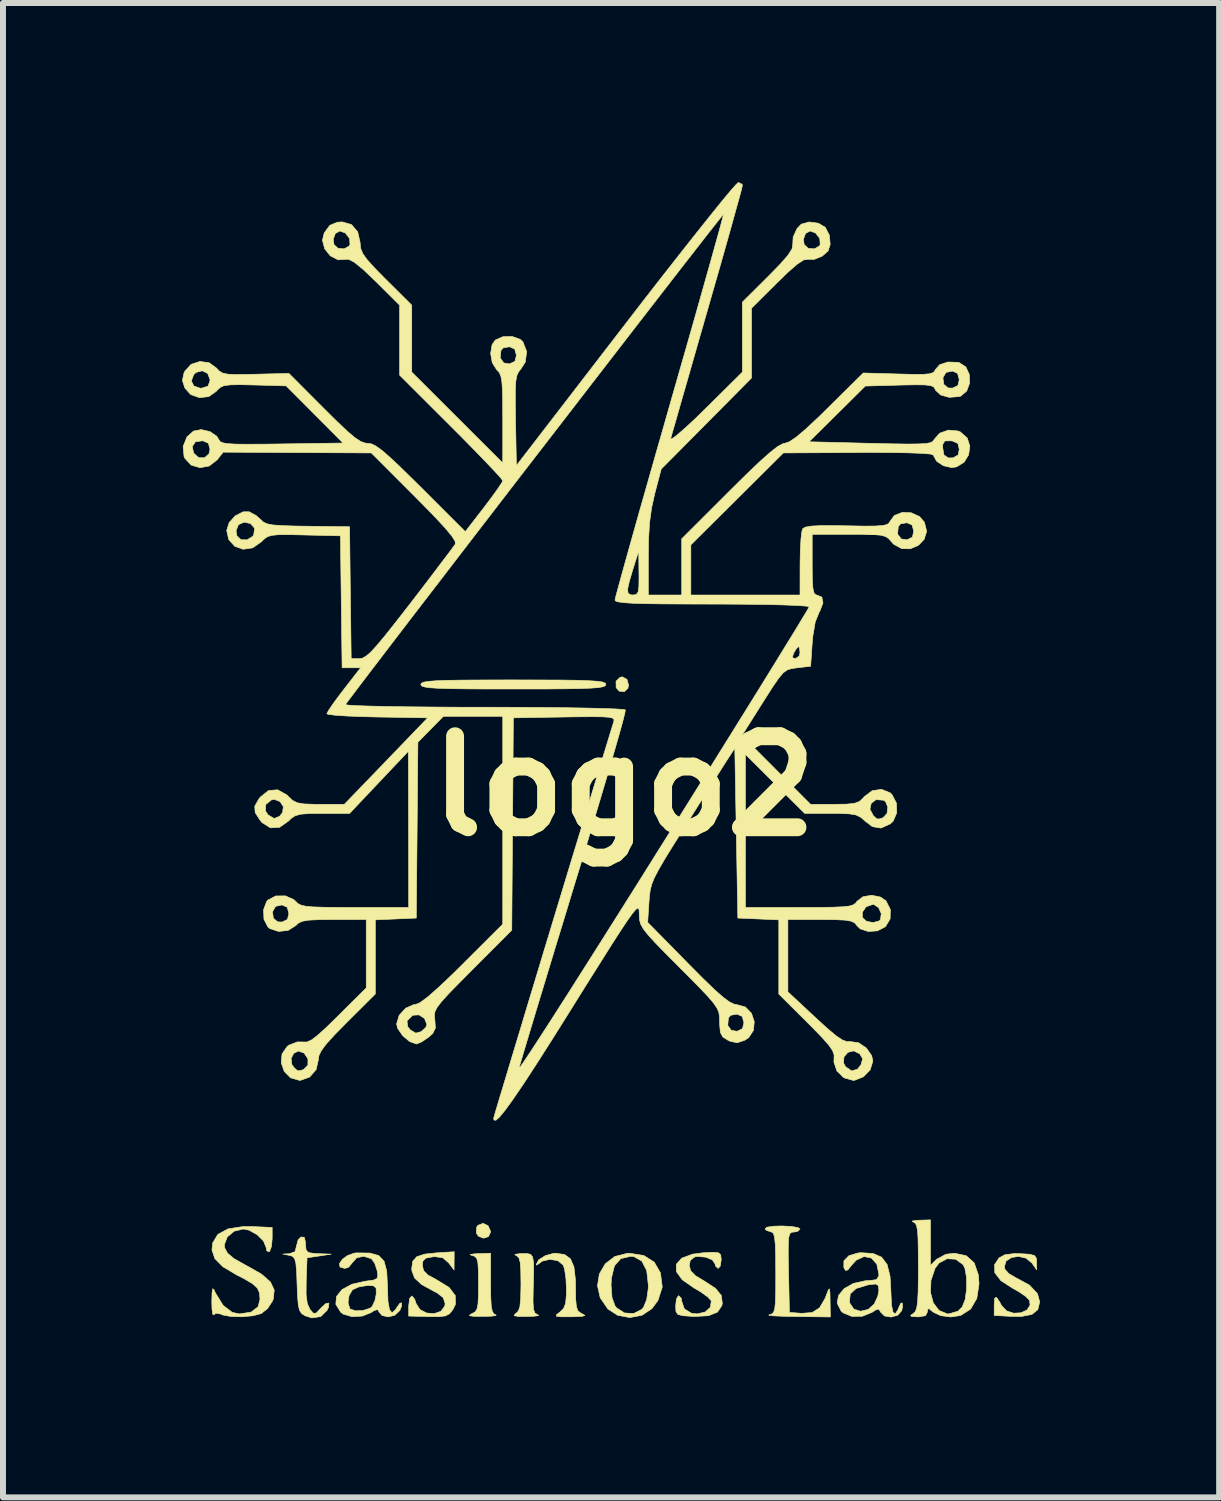
<source format=kicad_pcb>
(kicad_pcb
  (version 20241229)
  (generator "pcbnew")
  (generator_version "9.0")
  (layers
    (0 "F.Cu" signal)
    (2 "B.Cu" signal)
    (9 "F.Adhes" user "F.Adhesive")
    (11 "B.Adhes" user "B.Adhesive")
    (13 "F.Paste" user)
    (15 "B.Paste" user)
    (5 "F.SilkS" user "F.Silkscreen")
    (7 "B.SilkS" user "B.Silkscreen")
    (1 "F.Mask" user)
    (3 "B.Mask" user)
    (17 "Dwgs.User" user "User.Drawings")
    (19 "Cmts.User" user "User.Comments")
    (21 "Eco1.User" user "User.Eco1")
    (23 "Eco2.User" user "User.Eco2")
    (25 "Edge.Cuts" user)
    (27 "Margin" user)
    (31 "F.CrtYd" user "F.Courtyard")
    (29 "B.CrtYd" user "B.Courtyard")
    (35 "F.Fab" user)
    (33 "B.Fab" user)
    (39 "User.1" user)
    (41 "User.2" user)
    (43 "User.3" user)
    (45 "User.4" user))
  (footprint "logo2"
    (layer "F.Cu")
    (at 7.401 10.114)
    (property "Reference" "logo2" (at 0 0 0) (layer "F.SilkS") (effects (font (size 1.524 1.524) (thickness 0.3))))
    (attr through_hole)
    (fp_poly (pts (xy 0.049 -1.787) (xy 0.075 -1.69) (xy 0.064 -1.638) (xy 0.004 -1.581) (xy -0.081 -1.59) (xy -0.133 -1.649) (xy -0.135 -1.756) (xy -0.067 -1.822) (xy -0.028 -1.829) (xy 0.049 -1.787)) (stroke (width 0.01) (type solid)) (fill yes) (layer "F.SilkS"))
    (fp_poly (pts (xy -2.276 7.364) (xy -2.235 7.459) (xy -2.235 7.466) (xy -2.272 7.545) (xy -2.355 7.571) (xy -2.439 7.538) (xy -2.472 7.49) (xy -2.471 7.391) (xy -2.449 7.356) (xy -2.36 7.322) (xy -2.276 7.364)) (stroke (width 0.01) (type solid)) (fill yes) (layer "F.SilkS"))
    (fp_poly (pts (xy -2.235 8.327) (xy -2.233 8.561) (xy -2.224 8.713) (xy -2.206 8.8) (xy -2.175 8.842) (xy -2.146 8.855) (xy -2.144 8.867) (xy -2.226 8.877) (xy -2.362 8.881) (xy -2.522 8.879) (xy -2.59 8.868) (xy -2.573 8.846) (xy -2.553 8.838) (xy -2.498 8.808) (xy -2.464 8.76) (xy -2.446 8.671) (xy -2.439 8.519) (xy -2.438 8.336) (xy -2.44 8.12) (xy -2.448 7.984) (xy -2.467 7.909) (xy -2.503 7.873) (xy -2.553 7.859) (xy -2.579 7.845) (xy -2.516 7.834) (xy -2.451 7.83) (xy -2.235 7.823) (xy -2.235 8.327)) (stroke (width 0.01) (type solid)) (fill yes) (layer "F.SilkS"))
    (fp_poly (pts (xy -1.567 7.841) (xy -1.532 7.885) (xy -1.516 7.978) (xy -1.514 8.135) (xy -1.52 8.373) (xy -1.522 8.441) (xy -1.525 8.641) (xy -1.517 8.761) (xy -1.493 8.824) (xy -1.449 8.852) (xy -1.44 8.854) (xy -1.433 8.868) (xy -1.511 8.878) (xy -1.626 8.883) (xy -1.779 8.881) (xy -1.842 8.868) (xy -1.825 8.84) (xy -1.816 8.835) (xy -1.772 8.793) (xy -1.745 8.717) (xy -1.732 8.584) (xy -1.727 8.374) (xy -1.727 8.332) (xy -1.73 8.113) (xy -1.74 7.975) (xy -1.762 7.898) (xy -1.799 7.864) (xy -1.816 7.858) (xy -1.83 7.843) (xy -1.759 7.831) (xy -1.714 7.829) (xy -1.626 7.828) (xy -1.567 7.841)) (stroke (width 0.01) (type solid)) (fill yes) (layer "F.SilkS"))
    (fp_poly (pts (xy -1.412 -1.777) (xy -1.06 -1.776) (xy -0.79 -1.772) (xy -0.592 -1.765) (xy -0.454 -1.756) (xy -0.367 -1.744) (xy -0.321 -1.727) (xy -0.305 -1.706) (xy -0.305 -1.702) (xy -0.316 -1.68) (xy -0.355 -1.663) (xy -0.433 -1.649) (xy -0.56 -1.64) (xy -0.746 -1.633) (xy -1.001 -1.629) (xy -1.336 -1.626) (xy -1.76 -1.626) (xy -1.854 -1.626) (xy -2.297 -1.626) (xy -2.648 -1.628) (xy -2.918 -1.632) (xy -3.117 -1.638) (xy -3.254 -1.647) (xy -3.341 -1.66) (xy -3.388 -1.676) (xy -3.403 -1.697) (xy -3.404 -1.702) (xy -3.393 -1.724) (xy -3.353 -1.741) (xy -3.275 -1.754) (xy -3.148 -1.764) (xy -2.962 -1.771) (xy -2.707 -1.775) (xy -2.372 -1.777) (xy -1.948 -1.778) (xy -1.854 -1.778) (xy -1.412 -1.777)) (stroke (width 0.01) (type solid)) (fill yes) (layer "F.SilkS"))
    (fp_poly (pts (xy -0.998 7.844) (xy -0.899 7.915) (xy -0.84 8.05) (xy -0.815 8.264) (xy -0.813 8.4) (xy -0.81 8.6) (xy -0.798 8.722) (xy -0.771 8.79) (xy -0.722 8.827) (xy -0.699 8.838) (xy -0.656 8.863) (xy -0.694 8.878) (xy -0.821 8.886) (xy -0.888 8.887) (xy -1.052 8.887) (xy -1.13 8.879) (xy -1.136 8.856) (xy -1.083 8.814) (xy -1.078 8.811) (xy -1.013 8.749) (xy -0.979 8.66) (xy -0.966 8.514) (xy -0.965 8.427) (xy -0.974 8.245) (xy -0.996 8.092) (xy -1.018 8.023) (xy -1.107 7.949) (xy -1.241 7.925) (xy -1.37 7.955) (xy -1.412 7.986) (xy -1.464 8.022) (xy -1.473 8.015) (xy -1.429 7.933) (xy -1.319 7.863) (xy -1.182 7.825) (xy -1.147 7.823) (xy -0.998 7.844)) (stroke (width 0.01) (type solid)) (fill yes) (layer "F.SilkS"))
    (fp_poly (pts (xy 0.331 7.861) (xy 0.506 7.973) (xy 0.609 8.152) (xy 0.639 8.389) (xy 0.568 8.612) (xy 0.467 8.75) (xy 0.299 8.862) (xy 0.096 8.9) (xy -0.108 8.862) (xy -0.271 8.757) (xy -0.4 8.569) (xy -0.445 8.367) (xy -0.444 8.357) (xy -0.218 8.357) (xy -0.202 8.568) (xy -0.151 8.706) (xy -0.126 8.738) (xy 0.007 8.823) (xy 0.16 8.832) (xy 0.293 8.765) (xy 0.327 8.726) (xy 0.379 8.597) (xy 0.405 8.413) (xy 0.406 8.357) (xy 0.379 8.115) (xy 0.298 7.955) (xy 0.166 7.88) (xy 0.107 7.874) (xy -0.056 7.914) (xy -0.162 8.034) (xy -0.212 8.238) (xy -0.218 8.357) (xy -0.444 8.357) (xy -0.414 8.17) (xy -0.315 8) (xy -0.156 7.878) (xy 0.054 7.824) (xy 0.088 7.823) (xy 0.331 7.861)) (stroke (width 0.01) (type solid)) (fill yes) (layer "F.SilkS"))
    (fp_poly (pts (xy -5.355 7.555) (xy -5.335 7.639) (xy -5.334 7.672) (xy -5.326 7.767) (xy -5.284 7.812) (xy -5.178 7.828) (xy -5.118 7.83) (xy -4.902 7.838) (xy -5.105 7.869) (xy -5.309 7.899) (xy -5.323 8.281) (xy -5.325 8.51) (xy -5.306 8.661) (xy -5.264 8.757) (xy -5.26 8.763) (xy -5.202 8.829) (xy -5.155 8.825) (xy -5.083 8.748) (xy -5.079 8.743) (xy -4.991 8.662) (xy -4.943 8.659) (xy -4.95 8.729) (xy -4.973 8.778) (xy -5.079 8.883) (xy -5.228 8.906) (xy -5.342 8.87) (xy -5.399 8.834) (xy -5.435 8.78) (xy -5.456 8.686) (xy -5.469 8.529) (xy -5.476 8.346) (xy -5.484 8.126) (xy -5.497 7.987) (xy -5.519 7.91) (xy -5.555 7.873) (xy -5.603 7.859) (xy -5.715 7.837) (xy -5.601 7.83) (xy -5.51 7.796) (xy -5.486 7.702) (xy -5.458 7.596) (xy -5.41 7.551) (xy -5.355 7.555)) (stroke (width 0.01) (type solid)) (fill yes) (layer "F.SilkS"))
    (fp_poly (pts (xy -2.847 8.103) (xy -2.938 7.984) (xy -3.035 7.899) (xy -3.167 7.88) (xy -3.204 7.883) (xy -3.323 7.906) (xy -3.372 7.96) (xy -3.378 8.026) (xy -3.358 8.114) (xy -3.285 8.188) (xy -3.135 8.269) (xy -3.135 8.27) (xy -2.93 8.396) (xy -2.827 8.531) (xy -2.823 8.676) (xy -2.865 8.763) (xy -2.921 8.834) (xy -2.99 8.872) (xy -3.101 8.886) (xy -3.279 8.884) (xy -3.607 8.875) (xy -3.607 8.705) (xy -3.591 8.578) (xy -3.553 8.538) (xy -3.507 8.591) (xy -3.485 8.661) (xy -3.419 8.766) (xy -3.307 8.824) (xy -3.179 8.834) (xy -3.068 8.795) (xy -3.003 8.709) (xy -2.997 8.664) (xy -3.029 8.566) (xy -3.137 8.483) (xy -3.188 8.458) (xy -3.391 8.347) (xy -3.508 8.238) (xy -3.554 8.115) (xy -3.556 8.076) (xy -3.538 7.956) (xy -3.471 7.88) (xy -3.337 7.837) (xy -3.137 7.816) (xy -2.845 7.798) (xy -2.847 8.103)) (stroke (width 0.01) (type solid)) (fill yes) (layer "F.SilkS"))
    (fp_poly (pts (xy 6.635 7.83) (xy 6.793 7.84) (xy 6.875 7.862) (xy 6.905 7.909) (xy 6.909 7.97) (xy 6.909 8.1) (xy 6.83 7.987) (xy 6.73 7.905) (xy 6.606 7.876) (xy 6.486 7.895) (xy 6.397 7.954) (xy 6.368 8.048) (xy 6.378 8.092) (xy 6.443 8.165) (xy 6.558 8.232) (xy 6.559 8.232) (xy 6.789 8.357) (xy 6.923 8.501) (xy 6.96 8.638) (xy 6.928 8.768) (xy 6.829 8.848) (xy 6.651 8.882) (xy 6.475 8.88) (xy 6.198 8.865) (xy 6.198 8.691) (xy 6.206 8.578) (xy 6.235 8.56) (xy 6.289 8.638) (xy 6.321 8.699) (xy 6.405 8.788) (xy 6.522 8.827) (xy 6.646 8.82) (xy 6.748 8.773) (xy 6.799 8.69) (xy 6.79 8.613) (xy 6.731 8.55) (xy 6.61 8.467) (xy 6.511 8.412) (xy 6.31 8.282) (xy 6.208 8.149) (xy 6.204 8.014) (xy 6.28 7.901) (xy 6.379 7.847) (xy 6.543 7.828) (xy 6.635 7.83)) (stroke (width 0.01) (type solid)) (fill yes) (layer "F.SilkS"))
    (fp_poly (pts (xy 2.802 7.374) (xy 2.913 7.394) (xy 2.946 7.417) (xy 2.904 7.458) (xy 2.843 7.468) (xy 2.802 7.472) (xy 2.774 7.498) (xy 2.757 7.559) (xy 2.75 7.673) (xy 2.749 7.855) (xy 2.754 8.122) (xy 2.754 8.141) (xy 2.769 8.814) (xy 2.974 8.829) (xy 3.149 8.816) (xy 3.273 8.738) (xy 3.366 8.579) (xy 3.393 8.509) (xy 3.424 8.429) (xy 3.44 8.421) (xy 3.448 8.496) (xy 3.45 8.623) (xy 3.454 8.89) (xy 2.883 8.883) (xy 2.669 8.879) (xy 2.512 8.872) (xy 2.426 8.863) (xy 2.426 8.854) (xy 2.472 8.841) (xy 2.503 8.813) (xy 2.523 8.753) (xy 2.534 8.644) (xy 2.539 8.469) (xy 2.54 8.213) (xy 2.54 8.15) (xy 2.538 7.868) (xy 2.532 7.673) (xy 2.519 7.551) (xy 2.499 7.487) (xy 2.47 7.468) (xy 2.467 7.468) (xy 2.38 7.437) (xy 2.362 7.417) (xy 2.389 7.387) (xy 2.507 7.37) (xy 2.639 7.366) (xy 2.802 7.374)) (stroke (width 0.01) (type solid)) (fill yes) (layer "F.SilkS"))
    (fp_poly (pts (xy 1.582 7.816) (xy 1.618 7.85) (xy 1.626 7.92) (xy 1.626 7.938) (xy 1.61 8.039) (xy 1.575 8.077) (xy 1.53 8.036) (xy 1.524 8.002) (xy 1.479 7.935) (xy 1.37 7.889) (xy 1.233 7.877) (xy 1.185 7.883) (xy 1.108 7.943) (xy 1.092 8.027) (xy 1.114 8.115) (xy 1.191 8.196) (xy 1.344 8.289) (xy 1.344 8.289) (xy 1.531 8.411) (xy 1.628 8.53) (xy 1.645 8.661) (xy 1.637 8.7) (xy 1.564 8.809) (xy 1.414 8.869) (xy 1.179 8.882) (xy 1.141 8.88) (xy 0.982 8.869) (xy 0.9 8.847) (xy 0.868 8.797) (xy 0.864 8.704) (xy 0.864 8.7) (xy 0.877 8.587) (xy 0.91 8.535) (xy 0.914 8.534) (xy 0.957 8.576) (xy 0.965 8.626) (xy 1.009 8.755) (xy 1.128 8.828) (xy 1.223 8.839) (xy 1.358 8.807) (xy 1.445 8.728) (xy 1.46 8.627) (xy 1.457 8.616) (xy 1.4 8.554) (xy 1.281 8.469) (xy 1.171 8.404) (xy 0.974 8.267) (xy 0.876 8.131) (xy 0.874 8.008) (xy 0.965 7.906) (xy 1.146 7.838) (xy 1.325 7.815) (xy 1.492 7.807) (xy 1.582 7.816)) (stroke (width 0.01) (type solid)) (fill yes) (layer "F.SilkS"))
    (fp_poly (pts (xy -6.221 7.376) (xy -5.893 7.391) (xy -5.893 7.579) (xy -5.905 7.71) (xy -5.936 7.791) (xy -5.944 7.798) (xy -5.984 7.783) (xy -5.994 7.728) (xy -6.038 7.619) (xy -6.144 7.513) (xy -6.279 7.437) (xy -6.377 7.417) (xy -6.53 7.454) (xy -6.644 7.549) (xy -6.693 7.676) (xy -6.688 7.734) (xy -6.641 7.822) (xy -6.536 7.911) (xy -6.354 8.014) (xy -6.314 8.035) (xy -6.071 8.173) (xy -5.922 8.304) (xy -5.859 8.439) (xy -5.874 8.588) (xy -5.887 8.622) (xy -5.971 8.75) (xy -6.076 8.833) (xy -6.215 8.87) (xy -6.397 8.887) (xy -6.579 8.883) (xy -6.72 8.857) (xy -6.755 8.841) (xy -6.839 8.826) (xy -6.869 8.855) (xy -6.889 8.843) (xy -6.901 8.752) (xy -6.904 8.636) (xy -6.9 8.482) (xy -6.891 8.418) (xy -6.87 8.431) (xy -6.841 8.492) (xy -6.714 8.697) (xy -6.561 8.814) (xy -6.44 8.839) (xy -6.246 8.809) (xy -6.13 8.721) (xy -6.097 8.596) (xy -6.105 8.487) (xy -6.142 8.405) (xy -6.225 8.331) (xy -6.372 8.245) (xy -6.492 8.184) (xy -6.718 8.049) (xy -6.852 7.914) (xy -6.902 7.768) (xy -6.889 7.65) (xy -6.803 7.507) (xy -6.633 7.415) (xy -6.381 7.376) (xy -6.221 7.376)) (stroke (width 0.01) (type solid)) (fill yes) (layer "F.SilkS"))
    (fp_poly (pts (xy 5.131 8.026) (xy 5.232 7.925) (xy 5.388 7.84) (xy 5.534 7.823) (xy 5.729 7.864) (xy 5.863 7.984) (xy 5.932 8.182) (xy 5.944 8.334) (xy 5.907 8.579) (xy 5.802 8.759) (xy 5.636 8.865) (xy 5.473 8.89) (xy 5.302 8.868) (xy 5.177 8.809) (xy 5.173 8.806) (xy 5.104 8.75) (xy 5.082 8.765) (xy 5.08 8.806) (xy 5.048 8.868) (xy 4.941 8.888) (xy 4.915 8.888) (xy 4.812 8.883) (xy 4.799 8.862) (xy 4.839 8.835) (xy 4.874 8.804) (xy 4.899 8.747) (xy 4.914 8.649) (xy 4.923 8.493) (xy 4.924 8.479) (xy 5.131 8.479) (xy 5.178 8.654) (xy 5.274 8.781) (xy 5.411 8.838) (xy 5.436 8.839) (xy 5.591 8.794) (xy 5.661 8.726) (xy 5.712 8.598) (xy 5.736 8.419) (xy 5.735 8.231) (xy 5.707 8.074) (xy 5.677 8.014) (xy 5.553 7.923) (xy 5.408 7.915) (xy 5.275 7.986) (xy 5.208 8.075) (xy 5.139 8.278) (xy 5.131 8.479) (xy 4.924 8.479) (xy 4.927 8.262) (xy 4.928 8.053) (xy 4.926 7.764) (xy 4.922 7.562) (xy 4.912 7.43) (xy 4.895 7.352) (xy 4.868 7.313) (xy 4.839 7.299) (xy 4.825 7.284) (xy 4.896 7.272) (xy 4.94 7.27) (xy 5.131 7.264) (xy 5.131 8.026)) (stroke (width 0.01) (type solid)) (fill yes) (layer "F.SilkS"))
    (fp_poly (pts (xy 4.169 7.827) (xy 4.312 7.888) (xy 4.405 8.012) (xy 4.454 8.209) (xy 4.47 8.492) (xy 4.47 8.517) (xy 4.48 8.703) (xy 4.505 8.812) (xy 4.542 8.838) (xy 4.585 8.772) (xy 4.599 8.734) (xy 4.634 8.661) (xy 4.657 8.654) (xy 4.664 8.716) (xy 4.649 8.785) (xy 4.582 8.861) (xy 4.471 8.892) (xy 4.361 8.873) (xy 4.298 8.811) (xy 4.267 8.76) (xy 4.213 8.772) (xy 4.155 8.811) (xy 3.991 8.878) (xy 3.814 8.881) (xy 3.665 8.819) (xy 3.634 8.79) (xy 3.569 8.66) (xy 3.573 8.635) (xy 3.774 8.635) (xy 3.779 8.657) (xy 3.847 8.758) (xy 3.96 8.794) (xy 4.087 8.764) (xy 4.188 8.675) (xy 4.249 8.543) (xy 4.267 8.441) (xy 4.258 8.364) (xy 4.212 8.338) (xy 4.1 8.35) (xy 4.077 8.355) (xy 3.886 8.413) (xy 3.787 8.504) (xy 3.774 8.635) (xy 3.573 8.635) (xy 3.591 8.53) (xy 3.686 8.415) (xy 3.842 8.327) (xy 4.044 8.283) (xy 4.113 8.28) (xy 4.225 8.265) (xy 4.265 8.207) (xy 4.267 8.175) (xy 4.232 8.005) (xy 4.142 7.903) (xy 4.02 7.878) (xy 3.888 7.938) (xy 3.818 8.014) (xy 3.747 8.102) (xy 3.708 8.112) (xy 3.68 8.061) (xy 3.681 7.949) (xy 3.766 7.863) (xy 3.92 7.818) (xy 3.965 7.814) (xy 4.169 7.827)) (stroke (width 0.01) (type solid)) (fill yes) (layer "F.SilkS"))
    (fp_poly (pts (xy -4.257 7.82) (xy -4.108 7.862) (xy -4.019 7.957) (xy -3.975 8.122) (xy -3.962 8.371) (xy -3.962 8.387) (xy -3.954 8.626) (xy -3.928 8.771) (xy -3.886 8.819) (xy -3.828 8.768) (xy -3.808 8.735) (xy -3.756 8.662) (xy -3.726 8.653) (xy -3.727 8.711) (xy -3.757 8.784) (xy -3.84 8.861) (xy -3.953 8.889) (xy -4.055 8.864) (xy -4.096 8.815) (xy -4.128 8.766) (xy -4.186 8.783) (xy -4.233 8.815) (xy -4.383 8.875) (xy -4.555 8.885) (xy -4.703 8.842) (xy -4.746 8.81) (xy -4.827 8.678) (xy -4.825 8.652) (xy -4.623 8.652) (xy -4.593 8.75) (xy -4.589 8.755) (xy -4.499 8.787) (xy -4.37 8.781) (xy -4.255 8.744) (xy -4.22 8.717) (xy -4.172 8.614) (xy -4.15 8.501) (xy -4.153 8.403) (xy -4.202 8.366) (xy -4.307 8.364) (xy -4.446 8.388) (xy -4.548 8.434) (xy -4.605 8.529) (xy -4.623 8.652) (xy -4.825 8.652) (xy -4.816 8.547) (xy -4.723 8.431) (xy -4.558 8.342) (xy -4.338 8.292) (xy -4.197 8.273) (xy -4.133 8.242) (xy -4.124 8.179) (xy -4.136 8.111) (xy -4.177 7.988) (xy -4.23 7.915) (xy -4.358 7.874) (xy -4.477 7.898) (xy -4.547 7.976) (xy -4.614 8.058) (xy -4.677 8.077) (xy -4.757 8.054) (xy -4.767 7.997) (xy -4.719 7.926) (xy -4.631 7.861) (xy -4.517 7.821) (xy -4.479 7.817) (xy -4.257 7.82)) (stroke (width 0.01) (type solid)) (fill yes) (layer "F.SilkS"))
    (fp_poly (pts (xy 1.976 -10.078) (xy 1.981 -10.057) (xy 1.968 -9.999) (xy 1.929 -9.853) (xy 1.867 -9.631) (xy 1.787 -9.342) (xy 1.69 -8.997) (xy 1.579 -8.607) (xy 1.457 -8.183) (xy 1.394 -7.962) (xy 1.267 -7.521) (xy 1.149 -7.108) (xy 1.042 -6.734) (xy 0.948 -6.409) (xy 0.873 -6.144) (xy 0.817 -5.95) (xy 0.785 -5.838) (xy 0.779 -5.817) (xy 0.804 -5.817) (xy 0.889 -5.88) (xy 1.023 -5.997) (xy 1.197 -6.158) (xy 1.367 -6.324) (xy 1.981 -6.933) (xy 1.981 -8.105) (xy 2.415 -8.536) (xy 2.615 -8.741) (xy 2.745 -8.89) (xy 2.812 -8.995) (xy 2.824 -9.063) (xy 2.824 -9.063) (xy 2.829 -9.155) (xy 3.003 -9.155) (xy 3.016 -9.068) (xy 3.084 -9.005) (xy 3.186 -8.997) (xy 3.27 -9.044) (xy 3.284 -9.068) (xy 3.277 -9.171) (xy 3.207 -9.262) (xy 3.116 -9.296) (xy 3.038 -9.254) (xy 3.003 -9.155) (xy 2.829 -9.155) (xy 2.832 -9.197) (xy 2.896 -9.336) (xy 2.967 -9.41) (xy 3.1 -9.447) (xy 3.254 -9.426) (xy 3.37 -9.356) (xy 3.438 -9.224) (xy 3.451 -9.069) (xy 3.416 -8.961) (xy 3.317 -8.874) (xy 3.186 -8.821) (xy 3.073 -8.821) (xy 3.007 -8.811) (xy 2.9 -8.741) (xy 2.742 -8.604) (xy 2.561 -8.428) (xy 2.134 -8.003) (xy 2.134 -6.834) (xy 0.622 -5.309) (xy 0.514 -4.899) (xy 0.461 -4.661) (xy 0.427 -4.417) (xy 0.41 -4.134) (xy 0.406 -3.845) (xy 0.406 -3.2) (xy 0.965 -3.2) (xy 0.965 -4.141) (xy 1.766 -4.941) (xy 2.052 -5.224) (xy 2.277 -5.438) (xy 2.448 -5.59) (xy 2.558 -5.676) (xy 5.334 -5.676) (xy 5.356 -5.546) (xy 5.43 -5.495) (xy 5.51 -5.497) (xy 5.594 -5.545) (xy 5.613 -5.639) (xy 5.591 -5.737) (xy 5.505 -5.777) (xy 5.474 -5.782) (xy 5.372 -5.78) (xy 5.337 -5.724) (xy 5.334 -5.676) (xy 2.558 -5.676) (xy 2.572 -5.686) (xy 2.656 -5.733) (xy 2.69 -5.74) (xy 2.766 -5.765) (xy 2.881 -5.842) (xy 3.042 -5.978) (xy 3.258 -6.18) (xy 3.41 -6.329) (xy 3.924 -6.837) (xy 5.339 -6.837) (xy 5.354 -6.727) (xy 5.425 -6.668) (xy 5.499 -6.664) (xy 5.59 -6.708) (xy 5.613 -6.807) (xy 5.585 -6.912) (xy 5.499 -6.95) (xy 5.39 -6.927) (xy 5.339 -6.837) (xy 3.924 -6.837) (xy 4.006 -6.918) (xy 4.595 -6.901) (xy 4.849 -6.895) (xy 5.02 -6.896) (xy 5.125 -6.906) (xy 5.182 -6.928) (xy 5.208 -6.963) (xy 5.211 -6.972) (xy 5.286 -7.057) (xy 5.424 -7.102) (xy 5.59 -7.096) (xy 5.613 -7.091) (xy 5.723 -7.019) (xy 5.781 -6.894) (xy 5.786 -6.748) (xy 5.738 -6.616) (xy 5.638 -6.531) (xy 5.613 -6.523) (xy 5.445 -6.51) (xy 5.302 -6.549) (xy 5.216 -6.629) (xy 5.211 -6.642) (xy 5.189 -6.681) (xy 5.139 -6.705) (xy 5.043 -6.718) (xy 4.884 -6.72) (xy 4.643 -6.716) (xy 4.611 -6.715) (xy 4.039 -6.699) (xy 3.568 -6.232) (xy 3.097 -5.766) (xy 4.126 -5.74) (xy 4.476 -5.732) (xy 4.737 -5.728) (xy 4.924 -5.73) (xy 5.049 -5.736) (xy 5.127 -5.75) (xy 5.169 -5.77) (xy 5.191 -5.799) (xy 5.193 -5.805) (xy 5.285 -5.91) (xy 5.431 -5.961) (xy 5.591 -5.947) (xy 5.631 -5.931) (xy 5.746 -5.83) (xy 5.79 -5.693) (xy 5.77 -5.548) (xy 5.693 -5.422) (xy 5.565 -5.345) (xy 5.482 -5.334) (xy 5.347 -5.365) (xy 5.234 -5.44) (xy 5.182 -5.534) (xy 5.182 -5.543) (xy 5.132 -5.56) (xy 4.986 -5.572) (xy 4.75 -5.581) (xy 4.43 -5.586) (xy 4.031 -5.587) (xy 3.924 -5.586) (xy 2.667 -5.579) (xy 1.892 -4.809) (xy 1.118 -4.04) (xy 1.118 -3.2) (xy 2.946 -3.2) (xy 2.947 -3.721) (xy 2.951 -3.946) (xy 2.962 -4.137) (xy 2.972 -4.221) (xy 4.58 -4.221) (xy 4.641 -4.139) (xy 4.737 -4.124) (xy 4.828 -4.168) (xy 4.851 -4.267) (xy 4.823 -4.372) (xy 4.737 -4.41) (xy 4.63 -4.392) (xy 4.592 -4.347) (xy 4.58 -4.221) (xy 2.972 -4.221) (xy 2.978 -4.267) (xy 2.99 -4.308) (xy 3.034 -4.336) (xy 3.131 -4.354) (xy 3.296 -4.362) (xy 3.541 -4.362) (xy 3.727 -4.359) (xy 4.009 -4.354) (xy 4.205 -4.355) (xy 4.332 -4.364) (xy 4.405 -4.381) (xy 4.439 -4.408) (xy 4.447 -4.425) (xy 4.526 -4.532) (xy 4.658 -4.583) (xy 4.809 -4.577) (xy 4.947 -4.514) (xy 5.029 -4.42) (xy 5.067 -4.267) (xy 5.025 -4.132) (xy 4.927 -4.03) (xy 4.794 -3.974) (xy 4.649 -3.976) (xy 4.514 -4.051) (xy 4.479 -4.089) (xy 4.433 -4.143) (xy 4.38 -4.179) (xy 4.3 -4.201) (xy 4.175 -4.212) (xy 3.983 -4.216) (xy 3.765 -4.216) (xy 3.15 -4.216) (xy 3.15 -3.708) (xy 3.152 -3.472) (xy 3.161 -3.321) (xy 3.179 -3.237) (xy 3.209 -3.203) (xy 3.227 -3.2) (xy 3.312 -3.164) (xy 3.331 -3.069) (xy 3.281 -2.937) (xy 3.268 -2.915) (xy 3.201 -2.749) (xy 3.158 -2.493) (xy 3.15 -2.39) (xy 3.124 -2.007) (xy 2.898 -1.981) (xy 2.805 -1.968) (xy 2.731 -1.945) (xy 2.664 -1.896) (xy 2.589 -1.807) (xy 2.491 -1.665) (xy 2.356 -1.453) (xy 2.323 -1.402) (xy 1.974 -0.847) (xy 2.548 -0.271) (xy 3.123 0.305) (xy 3.522 0.305) (xy 3.727 0.302) (xy 3.857 0.289) (xy 3.939 0.259) (xy 4 0.205) (xy 4.022 0.178) (xy 4.155 0.077) (xy 4.311 0.054) (xy 4.455 0.112) (xy 4.488 0.144) (xy 4.561 0.286) (xy 4.566 0.447) (xy 4.506 0.587) (xy 4.459 0.632) (xy 4.302 0.703) (xy 4.158 0.679) (xy 4.034 0.584) (xy 3.963 0.522) (xy 3.885 0.484) (xy 3.773 0.465) (xy 3.601 0.458) (xy 3.466 0.457) (xy 3.024 0.457) (xy 2.955 0.388) (xy 4.117 0.388) (xy 4.176 0.498) (xy 4.232 0.549) (xy 4.282 0.549) (xy 4.339 0.528) (xy 4.403 0.459) (xy 4.416 0.353) (xy 4.379 0.26) (xy 4.343 0.236) (xy 4.22 0.227) (xy 4.138 0.288) (xy 4.117 0.388) (xy 2.955 0.388) (xy 2.528 -0.037) (xy 2.032 -0.531) (xy 2.032 2.032) (xy 2.934 2.032) (xy 3.258 2.031) (xy 3.496 2.028) (xy 3.662 2.021) (xy 3.77 2.009) (xy 3.837 1.989) (xy 3.877 1.961) (xy 3.9 1.93) (xy 4.002 1.852) (xy 4.148 1.828) (xy 4.296 1.859) (xy 4.386 1.922) (xy 4.459 2.066) (xy 4.455 2.225) (xy 4.377 2.354) (xy 4.244 2.424) (xy 4.09 2.435) (xy 3.955 2.391) (xy 3.9 2.337) (xy 3.862 2.291) (xy 3.803 2.262) (xy 3.704 2.245) (xy 3.543 2.237) (xy 3.302 2.235) (xy 3.29 2.235) (xy 2.743 2.235) (xy 2.743 3.446) (xy 3.203 3.875) (xy 3.405 4.06) (xy 3.551 4.182) (xy 3.656 4.252) (xy 3.734 4.28) (xy 3.789 4.279) (xy 3.927 4.298) (xy 4.057 4.386) (xy 4.146 4.514) (xy 4.166 4.606) (xy 4.121 4.751) (xy 4.008 4.868) (xy 3.862 4.926) (xy 3.835 4.928) (xy 3.68 4.884) (xy 3.564 4.771) (xy 3.519 4.637) (xy 3.675 4.637) (xy 3.709 4.7) (xy 3.812 4.77) (xy 3.91 4.74) (xy 3.966 4.668) (xy 3.996 4.566) (xy 3.946 4.483) (xy 3.946 4.483) (xy 3.844 4.434) (xy 3.748 4.459) (xy 3.682 4.535) (xy 3.675 4.637) (xy 3.519 4.637) (xy 3.514 4.621) (xy 3.516 4.57) (xy 3.517 4.501) (xy 3.491 4.428) (xy 3.427 4.336) (xy 3.315 4.209) (xy 3.144 4.033) (xy 3.064 3.953) (xy 2.591 3.482) (xy 2.591 2.24) (xy 1.905 2.21) (xy 1.903 2.113) (xy 3.989 2.113) (xy 3.992 2.203) (xy 4.061 2.265) (xy 4.171 2.285) (xy 4.269 2.259) (xy 4.293 2.235) (xy 4.307 2.135) (xy 4.262 2.035) (xy 4.181 1.982) (xy 4.168 1.981) (xy 4.054 2.02) (xy 3.989 2.113) (xy 1.903 2.113) (xy 1.854 -0.635) (xy 1.722 -0.432) (xy 1.655 -0.327) (xy 1.545 -0.153) (xy 1.401 0.074) (xy 1.234 0.337) (xy 1.055 0.621) (xy 1.015 0.686) (xy 0.824 0.99) (xy 0.68 1.223) (xy 0.577 1.401) (xy 0.506 1.537) (xy 0.462 1.647) (xy 0.437 1.746) (xy 0.424 1.849) (xy 0.417 1.941) (xy 0.395 2.282) (xy 1.071 2.97) (xy 1.322 3.223) (xy 1.515 3.409) (xy 1.66 3.537) (xy 1.766 3.615) (xy 1.843 3.652) (xy 1.881 3.658) (xy 2.031 3.699) (xy 2.133 3.804) (xy 2.18 3.944) (xy 2.167 4.09) (xy 2.086 4.213) (xy 2.019 4.257) (xy 1.894 4.298) (xy 1.778 4.274) (xy 1.74 4.256) (xy 1.653 4.201) (xy 1.612 4.124) (xy 1.602 4.008) (xy 1.736 4.008) (xy 1.796 4.09) (xy 1.892 4.106) (xy 1.983 4.062) (xy 2.007 3.962) (xy 1.979 3.858) (xy 1.892 3.819) (xy 1.785 3.838) (xy 1.747 3.883) (xy 1.736 4.008) (xy 1.602 4.008) (xy 1.6 3.989) (xy 1.6 3.949) (xy 1.598 3.864) (xy 1.587 3.791) (xy 1.556 3.718) (xy 1.497 3.631) (xy 1.4 3.518) (xy 1.254 3.365) (xy 1.052 3.16) (xy 0.927 3.035) (xy 0.692 2.799) (xy 0.519 2.621) (xy 0.399 2.489) (xy 0.322 2.391) (xy 0.279 2.313) (xy 0.259 2.242) (xy 0.254 2.166) (xy 0.254 2.135) (xy 0.252 2.083) (xy 0.245 2.05) (xy 0.226 2.044) (xy 0.191 2.071) (xy 0.136 2.138) (xy 0.055 2.251) (xy -0.055 2.417) (xy -0.201 2.643) (xy -0.385 2.935) (xy -0.615 3.3) (xy -0.887 3.736) (xy -1.198 4.232) (xy -1.461 4.645) (xy -1.678 4.978) (xy -1.853 5.235) (xy -1.987 5.421) (xy -2.084 5.54) (xy -2.147 5.596) (xy -2.179 5.592) (xy -2.184 5.562) (xy -2.17 5.51) (xy -2.129 5.371) (xy -2.064 5.153) (xy -1.977 4.865) (xy -1.872 4.516) (xy -1.751 4.116) (xy -1.618 3.673) (xy -1.474 3.198) (xy -1.323 2.698) (xy -1.167 2.183) (xy -1.009 1.663) (xy -0.852 1.146) (xy -0.698 0.642) (xy -0.551 0.159) (xy -0.414 -0.292) (xy -0.288 -0.704) (xy -0.177 -1.067) (xy -0.172 -1.081) (xy -0.168 -1.114) (xy -0.189 -1.137) (xy -0.248 -1.152) (xy -0.359 -1.16) (xy -0.535 -1.162) (xy -0.791 -1.16) (xy -0.999 -1.157) (xy -1.854 -1.143) (xy -1.881 2.413) (xy -2.54 3.073) (xy -2.772 3.307) (xy -2.941 3.481) (xy -3.057 3.609) (xy -3.129 3.702) (xy -3.166 3.773) (xy -3.177 3.835) (xy -3.171 3.899) (xy -3.169 3.916) (xy -3.16 4.052) (xy -3.205 4.144) (xy -3.278 4.208) (xy -3.389 4.283) (xy -3.474 4.318) (xy -3.48 4.318) (xy -3.593 4.277) (xy -3.709 4.178) (xy -3.791 4.058) (xy -3.81 3.984) (xy -3.794 3.932) (xy -3.635 3.932) (xy -3.624 4.028) (xy -3.58 4.083) (xy -3.488 4.137) (xy -3.4 4.113) (xy -3.321 4.043) (xy -3.302 3.992) (xy -3.342 3.891) (xy -3.434 3.831) (xy -3.536 3.837) (xy -3.545 3.842) (xy -3.635 3.932) (xy -3.794 3.932) (xy -3.767 3.84) (xy -3.659 3.72) (xy -3.521 3.659) (xy -3.493 3.658) (xy -3.414 3.625) (xy -3.279 3.524) (xy -3.086 3.353) (xy -2.831 3.109) (xy -2.706 2.985) (xy -2.032 2.313) (xy -2.032 -1.168) (xy -3.027 -1.168) (xy -3.24 -0.951) (xy -3.453 -0.734) (xy -3.466 0.738) (xy -3.48 2.21) (xy -4.166 2.24) (xy -4.166 3.482) (xy -4.645 3.959) (xy -4.848 4.165) (xy -4.986 4.317) (xy -5.07 4.429) (xy -5.111 4.515) (xy -5.119 4.58) (xy -5.157 4.747) (xy -5.265 4.872) (xy -5.417 4.927) (xy -5.436 4.928) (xy -5.586 4.885) (xy -5.691 4.778) (xy -5.741 4.635) (xy -5.735 4.561) (xy -5.576 4.561) (xy -5.564 4.662) (xy -5.527 4.714) (xy -5.471 4.766) (xy -5.421 4.766) (xy -5.364 4.744) (xy -5.295 4.674) (xy -5.294 4.568) (xy -5.359 4.47) (xy -5.454 4.437) (xy -5.533 4.476) (xy -5.576 4.561) (xy -5.735 4.561) (xy -5.728 4.486) (xy -5.642 4.36) (xy -5.613 4.339) (xy -5.472 4.284) (xy -5.372 4.285) (xy -5.312 4.286) (xy -5.235 4.252) (xy -5.13 4.172) (xy -4.981 4.037) (xy -4.788 3.848) (xy -4.318 3.38) (xy -4.318 2.235) (xy -4.866 2.235) (xy -5.113 2.237) (xy -5.28 2.245) (xy -5.386 2.263) (xy -5.454 2.294) (xy -5.5 2.337) (xy -5.627 2.417) (xy -5.787 2.434) (xy -5.932 2.386) (xy -5.965 2.359) (xy -6.031 2.23) (xy -6.036 2.104) (xy -5.888 2.104) (xy -5.873 2.213) (xy -5.802 2.273) (xy -5.728 2.277) (xy -5.637 2.233) (xy -5.613 2.134) (xy -5.641 2.029) (xy -5.728 1.99) (xy -5.836 2.014) (xy -5.888 2.104) (xy -6.036 2.104) (xy -6.038 2.071) (xy -5.985 1.931) (xy -5.965 1.909) (xy -5.834 1.84) (xy -5.673 1.838) (xy -5.532 1.9) (xy -5.5 1.93) (xy -5.462 1.967) (xy -5.411 1.993) (xy -5.33 2.012) (xy -5.206 2.023) (xy -5.021 2.029) (xy -4.762 2.032) (xy -4.51 2.032) (xy -3.607 2.032) (xy -3.609 0.724) (xy -3.612 -0.584) (xy -4.105 -0.063) (xy -4.597 0.458) (xy -5.049 0.458) (xy -5.269 0.46) (xy -5.412 0.47) (xy -5.505 0.495) (xy -5.573 0.539) (xy -5.618 0.584) (xy -5.768 0.69) (xy -5.922 0.699) (xy -6.064 0.61) (xy -6.092 0.577) (xy -6.177 0.445) (xy -6.18 0.414) (xy -6.007 0.414) (xy -5.961 0.483) (xy -5.859 0.543) (xy -5.767 0.504) (xy -5.719 0.442) (xy -5.706 0.345) (xy -5.761 0.26) (xy -5.855 0.222) (xy -5.905 0.231) (xy -6 0.308) (xy -6.007 0.414) (xy -6.18 0.414) (xy -6.185 0.337) (xy -6.114 0.212) (xy -6.092 0.185) (xy -5.955 0.075) (xy -5.802 0.062) (xy -5.65 0.146) (xy -5.618 0.178) (xy -5.549 0.242) (xy -5.471 0.28) (xy -5.356 0.299) (xy -5.177 0.305) (xy -5.092 0.305) (xy -4.684 0.305) (xy -3.986 -0.419) (xy -3.289 -1.143) (xy -4.134 -1.157) (xy -4.414 -1.164) (xy -4.655 -1.174) (xy -4.839 -1.187) (xy -4.952 -1.201) (xy -4.978 -1.212) (xy -4.949 -1.267) (xy -4.882 -1.365) (xy -4.665 -1.365) (xy -4.62 -1.356) (xy -4.482 -1.347) (xy -4.261 -1.34) (xy -3.967 -1.333) (xy -3.608 -1.328) (xy -3.195 -1.324) (xy -2.737 -1.321) (xy -2.344 -1.321) (xy -1.854 -1.32) (xy -1.4 -1.317) (xy -0.993 -1.313) (xy -0.64 -1.307) (xy -0.353 -1.3) (xy -0.141 -1.292) (xy -0.013 -1.283) (xy 0.022 -1.276) (xy 0.012 -1.22) (xy -0.024 -1.076) (xy -0.086 -0.852) (xy -0.171 -0.557) (xy -0.275 -0.199) (xy -0.397 0.213) (xy -0.534 0.671) (xy -0.683 1.167) (xy -0.841 1.683) (xy -1.001 2.21) (xy -1.154 2.71) (xy -1.295 3.175) (xy -1.423 3.596) (xy -1.534 3.964) (xy -1.626 4.269) (xy -1.696 4.504) (xy -1.742 4.659) (xy -1.76 4.724) (xy -1.738 4.701) (xy -1.666 4.597) (xy -1.548 4.419) (xy -1.387 4.172) (xy -1.187 3.862) (xy -0.952 3.495) (xy -0.686 3.076) (xy -0.392 2.612) (xy -0.074 2.108) (xy 0.265 1.57) (xy 0.62 1.003) (xy 0.655 0.948) (xy 1.013 0.375) (xy 1.355 -0.173) (xy 1.678 -0.691) (xy 1.978 -1.173) (xy 2.25 -1.611) (xy 2.491 -2.001) (xy 2.587 -2.157) (xy 2.816 -2.157) (xy 2.857 -2.134) (xy 2.868 -2.134) (xy 2.932 -2.176) (xy 2.946 -2.235) (xy 2.936 -2.318) (xy 2.923 -2.337) (xy 2.883 -2.298) (xy 2.845 -2.235) (xy 2.816 -2.157) (xy 2.587 -2.157) (xy 2.697 -2.336) (xy 2.865 -2.609) (xy 2.99 -2.816) (xy 3.07 -2.948) (xy 3.099 -3.002) (xy 3.099 -3.002) (xy 3.05 -3.014) (xy 2.909 -3.024) (xy 2.688 -3.033) (xy 2.395 -3.04) (xy 2.043 -3.045) (xy 1.639 -3.048) (xy 1.473 -3.048) (xy 1.011 -3.049) (xy 0.64 -3.051) (xy 0.354 -3.055) (xy 0.141 -3.062) (xy -0.007 -3.072) (xy -0.099 -3.085) (xy -0.144 -3.101) (xy -0.152 -3.115) (xy -0.139 -3.175) (xy -0.106 -3.298) (xy 0.059 -3.298) (xy 0.067 -3.23) (xy 0.11 -3.203) (xy 0.152 -3.2) (xy 0.205 -3.209) (xy 0.235 -3.251) (xy 0.248 -3.345) (xy 0.25 -3.515) (xy 0.249 -3.569) (xy 0.245 -3.937) (xy 0.148 -3.632) (xy 0.087 -3.426) (xy 0.059 -3.298) (xy -0.106 -3.298) (xy -0.099 -3.323) (xy -0.036 -3.553) (xy 0.048 -3.855) (xy 0.151 -4.222) (xy 0.27 -4.645) (xy 0.404 -5.115) (xy 0.549 -5.625) (xy 0.704 -6.166) (xy 0.763 -6.374) (xy 0.92 -6.923) (xy 1.069 -7.442) (xy 1.206 -7.923) (xy 1.329 -8.359) (xy 1.437 -8.741) (xy 1.526 -9.061) (xy 1.596 -9.311) (xy 1.642 -9.483) (xy 1.664 -9.568) (xy 1.665 -9.577) (xy 1.633 -9.539) (xy 1.544 -9.427) (xy 1.403 -9.248) (xy 1.216 -9.008) (xy 0.986 -8.713) (xy 0.72 -8.37) (xy 0.422 -7.985) (xy 0.097 -7.565) (xy -0.249 -7.117) (xy -0.612 -6.647) (xy -0.987 -6.161) (xy -1.369 -5.666) (xy -1.753 -5.169) (xy -2.133 -4.675) (xy -2.505 -4.192) (xy -2.863 -3.726) (xy -3.203 -3.283) (xy -3.52 -2.871) (xy -3.808 -2.495) (xy -4.063 -2.161) (xy -4.28 -1.877) (xy -4.453 -1.65) (xy -4.578 -1.484) (xy -4.65 -1.388) (xy -4.665 -1.365) (xy -4.882 -1.365) (xy -4.871 -1.382) (xy -4.757 -1.536) (xy -4.695 -1.617) (xy -4.412 -1.981) (xy -4.722 -1.981) (xy -4.736 -3.086) (xy -4.75 -4.191) (xy -5.352 -4.205) (xy -5.608 -4.211) (xy -5.784 -4.21) (xy -5.899 -4.199) (xy -5.974 -4.176) (xy -6.029 -4.136) (xy -6.074 -4.091) (xy -6.221 -3.989) (xy -6.379 -3.966) (xy -6.52 -4.016) (xy -6.621 -4.129) (xy -6.654 -4.277) (xy -6.498 -4.277) (xy -6.484 -4.191) (xy -6.415 -4.126) (xy -6.313 -4.124) (xy -6.22 -4.181) (xy -6.202 -4.209) (xy -6.187 -4.318) (xy -6.255 -4.396) (xy -6.362 -4.42) (xy -6.458 -4.378) (xy -6.498 -4.277) (xy -6.654 -4.277) (xy -6.655 -4.28) (xy -6.613 -4.413) (xy -6.511 -4.526) (xy -6.38 -4.593) (xy -6.279 -4.594) (xy -6.162 -4.531) (xy -6.085 -4.462) (xy -6.04 -4.421) (xy -5.978 -4.392) (xy -5.88 -4.373) (xy -5.729 -4.362) (xy -5.506 -4.355) (xy -5.297 -4.352) (xy -4.597 -4.343) (xy -4.584 -3.239) (xy -4.57 -2.134) (xy -4.431 -2.134) (xy -4.379 -2.143) (xy -4.319 -2.177) (xy -4.241 -2.244) (xy -4.139 -2.356) (xy -4.002 -2.52) (xy -3.822 -2.747) (xy -3.59 -3.045) (xy -3.581 -3.057) (xy -3.375 -3.325) (xy -3.189 -3.569) (xy -3.032 -3.777) (xy -2.912 -3.935) (xy -2.841 -4.032) (xy -2.826 -4.054) (xy -2.83 -4.101) (xy -2.883 -4.185) (xy -2.99 -4.315) (xy -3.157 -4.496) (xy -3.391 -4.736) (xy -3.507 -4.853) (xy -4.232 -5.579) (xy -5.473 -5.585) (xy -6.714 -5.592) (xy -6.815 -5.463) (xy -6.948 -5.36) (xy -7.103 -5.332) (xy -7.25 -5.376) (xy -7.355 -5.489) (xy -7.369 -5.519) (xy -7.384 -5.685) (xy -7.232 -5.685) (xy -7.207 -5.575) (xy -7.124 -5.499) (xy -7.026 -5.498) (xy -6.952 -5.563) (xy -6.934 -5.639) (xy -6.961 -5.742) (xy -7.055 -5.783) (xy -7.178 -5.766) (xy -7.232 -5.685) (xy -7.384 -5.685) (xy -7.384 -5.688) (xy -7.32 -5.847) (xy -7.211 -5.945) (xy -7.08 -5.97) (xy -6.934 -5.936) (xy -6.82 -5.858) (xy -6.784 -5.798) (xy -6.766 -5.77) (xy -6.723 -5.749) (xy -6.643 -5.735) (xy -6.512 -5.727) (xy -6.317 -5.725) (xy -6.045 -5.726) (xy -5.731 -5.73) (xy -4.705 -5.745) (xy -5.659 -6.702) (xy -6.195 -6.717) (xy -6.436 -6.722) (xy -6.596 -6.719) (xy -6.698 -6.706) (xy -6.763 -6.677) (xy -6.812 -6.631) (xy -6.826 -6.614) (xy -6.956 -6.522) (xy -7.112 -6.505) (xy -7.258 -6.557) (xy -7.356 -6.668) (xy -7.394 -6.786) (xy -7.247 -6.786) (xy -7.205 -6.7) (xy -7.098 -6.663) (xy -7.067 -6.665) (xy -6.966 -6.699) (xy -6.935 -6.789) (xy -6.934 -6.807) (xy -6.973 -6.911) (xy -7.063 -6.955) (xy -7.167 -6.928) (xy -7.206 -6.892) (xy -7.247 -6.786) (xy -7.394 -6.786) (xy -7.396 -6.793) (xy -7.372 -6.91) (xy -7.356 -6.947) (xy -7.252 -7.062) (xy -7.104 -7.111) (xy -6.948 -7.089) (xy -6.826 -7) (xy -6.778 -6.949) (xy -6.722 -6.916) (xy -6.635 -6.898) (xy -6.497 -6.892) (xy -6.287 -6.895) (xy -6.172 -6.897) (xy -5.613 -6.911) (xy -5.03 -6.326) (xy -4.803 -6.101) (xy -4.632 -5.94) (xy -4.505 -5.833) (xy -4.411 -5.771) (xy -4.335 -5.744) (xy -4.294 -5.74) (xy -4.232 -5.731) (xy -4.157 -5.695) (xy -4.059 -5.625) (xy -3.928 -5.512) (xy -3.752 -5.347) (xy -3.522 -5.122) (xy -3.4 -5.001) (xy -2.659 -4.261) (xy -2.346 -4.666) (xy -2.214 -4.841) (xy -2.109 -4.987) (xy -2.045 -5.085) (xy -2.032 -5.114) (xy -2.066 -5.161) (xy -2.163 -5.268) (xy -2.313 -5.426) (xy -2.505 -5.625) (xy -2.729 -5.853) (xy -2.896 -6.02) (xy -3.759 -6.882) (xy -3.759 -8.054) (xy -4.161 -8.454) (xy -4.369 -8.652) (xy -4.518 -8.773) (xy -4.615 -8.823) (xy -4.644 -8.822) (xy -4.789 -8.813) (xy -4.92 -8.88) (xy -5.014 -8.998) (xy -5.051 -9.141) (xy -5.048 -9.155) (xy -4.871 -9.155) (xy -4.858 -9.068) (xy -4.79 -9.005) (xy -4.688 -8.997) (xy -4.604 -9.044) (xy -4.59 -9.068) (xy -4.597 -9.171) (xy -4.667 -9.262) (xy -4.758 -9.296) (xy -4.836 -9.254) (xy -4.871 -9.155) (xy -5.048 -9.155) (xy -5.022 -9.262) (xy -4.928 -9.39) (xy -4.804 -9.442) (xy -4.72 -9.448) (xy -4.566 -9.404) (xy -4.461 -9.282) (xy -4.42 -9.1) (xy -4.42 -9.088) (xy -4.411 -9.004) (xy -4.377 -8.919) (xy -4.305 -8.818) (xy -4.184 -8.683) (xy -4.001 -8.496) (xy -3.988 -8.484) (xy -3.556 -8.054) (xy -3.556 -6.933) (xy -2.794 -6.172) (xy -2.032 -5.411) (xy -2.032 -6.149) (xy -2.033 -6.44) (xy -2.038 -6.646) (xy -2.048 -6.786) (xy -2.066 -6.875) (xy -2.095 -6.932) (xy -2.134 -6.973) (xy -2.208 -7.091) (xy -2.221 -7.168) (xy -2.074 -7.168) (xy -2.014 -7.086) (xy -1.918 -7.07) (xy -1.827 -7.114) (xy -1.803 -7.214) (xy -1.831 -7.318) (xy -1.918 -7.357) (xy -2.025 -7.338) (xy -2.063 -7.293) (xy -2.074 -7.168) (xy -2.221 -7.168) (xy -2.235 -7.245) (xy -2.21 -7.392) (xy -2.156 -7.47) (xy -2.027 -7.526) (xy -1.872 -7.529) (xy -1.738 -7.481) (xy -1.695 -7.441) (xy -1.631 -7.276) (xy -1.655 -7.1) (xy -1.729 -6.984) (xy -1.769 -6.934) (xy -1.796 -6.873) (xy -1.813 -6.782) (xy -1.821 -6.645) (xy -1.822 -6.444) (xy -1.818 -6.16) (xy -1.818 -6.121) (xy -1.803 -5.368) (xy 0.022 -7.738) (xy 0.353 -8.168) (xy 0.668 -8.572) (xy 0.96 -8.944) (xy 1.223 -9.277) (xy 1.452 -9.564) (xy 1.641 -9.798) (xy 1.785 -9.971) (xy 1.879 -10.077) (xy 1.914 -10.109) (xy 1.976 -10.078)) (stroke (width 0.01) (type solid)) (fill yes) (layer "F.SilkS")))
  (gr_rect
    (start -3 -3)
    (end 17.366 22.025)
    (stroke (width 0.1) (type default))
    (fill no)
    (layer "Edge.Cuts")))
</source>
